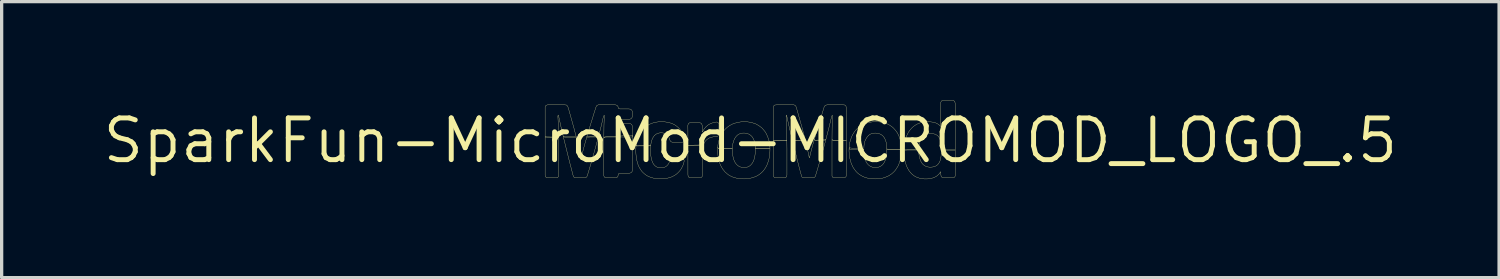
<source format=kicad_pcb>
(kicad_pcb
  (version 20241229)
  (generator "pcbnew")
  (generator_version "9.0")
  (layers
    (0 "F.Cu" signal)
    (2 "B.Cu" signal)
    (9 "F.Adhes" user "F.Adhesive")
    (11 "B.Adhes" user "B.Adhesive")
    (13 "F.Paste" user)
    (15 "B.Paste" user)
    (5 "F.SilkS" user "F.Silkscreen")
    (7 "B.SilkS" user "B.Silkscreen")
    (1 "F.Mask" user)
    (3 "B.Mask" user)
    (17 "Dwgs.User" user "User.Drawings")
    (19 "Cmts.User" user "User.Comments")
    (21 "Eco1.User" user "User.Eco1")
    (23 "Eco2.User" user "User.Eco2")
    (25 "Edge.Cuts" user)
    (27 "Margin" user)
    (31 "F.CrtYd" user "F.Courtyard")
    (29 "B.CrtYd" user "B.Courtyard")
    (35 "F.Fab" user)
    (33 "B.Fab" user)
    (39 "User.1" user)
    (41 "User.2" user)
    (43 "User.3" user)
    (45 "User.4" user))
  (footprint "SparkFun-MicroMod-MICROMOD_LOGO_.5"
    (layer "F.Cu")
    (at 19.783 1.228)
    (property "Reference" "SparkFun-MicroMod-MICROMOD_LOGO_.5" (at 0 0 0) (layer "F.SilkS") (effects (font (size 1.27 1.27) (thickness 0.15))))
    (attr exclude_from_pos_files exclude_from_bom)
    (fp_poly (pts (xy 2.918 -0.013) (xy 2.499 -0.013) (xy 2.484 -0.025) (xy 2.484 1.026) (xy 2.484 1.079) (xy 2.512 1.123) (xy 2.563 1.135) (xy 2.827 1.135) (xy 2.878 1.128) (xy 2.913 1.092) (xy 2.921 1.039) (xy 2.918 -0.013)) (stroke (width 0.008) (type solid)) (fill no) (layer "F.SilkS"))
    (fp_poly (pts (xy -6.246 -0.109) (xy -6.246 1.046) (xy -6.238 1.097) (xy -6.2 1.13) (xy -6.147 1.135) (xy -5.939 1.135) (xy -5.885 1.133) (xy -5.842 1.102) (xy -5.829 1.054) (xy -5.832 0.213) (xy -5.834 -0.102) (xy -5.88 -0.109) (xy -6.246 -0.109)) (stroke (width 0.008) (type solid)) (fill no) (layer "F.SilkS"))
    (fp_poly (pts (xy 1.11 -0.013) (xy 0.739 -0.013) (xy 0.696 -0.003) (xy 0.696 1.052) (xy 0.709 1.102) (xy 0.752 1.133) (xy 0.803 1.135) (xy 1.016 1.135) (xy 1.067 1.13) (xy 1.105 1.095) (xy 1.113 1.044) (xy 1.113 0.249) (xy 1.11 -0.013)) (stroke (width 0.008) (type solid)) (fill no) (layer "F.SilkS"))
    (fp_poly (pts (xy -1.433 0.132) (xy -1.852 0.14) (xy -1.9 0.145) (xy -1.9 1.039) (xy -1.892 1.092) (xy -1.857 1.128) (xy -1.806 1.135) (xy -1.544 1.135) (xy -1.494 1.125) (xy -1.46 1.085) (xy -1.458 1.031) (xy -1.458 0.348) (xy -1.455 0.295) (xy -1.45 0.244) (xy -1.443 0.191) (xy -1.433 0.132)) (stroke (width 0.008) (type solid)) (fill no) (layer "F.SilkS"))
    (fp_poly (pts (xy -3.589 -0.163) (xy -4.432 -0.109) (xy -4.458 -0.084) (xy -4.46 0.231) (xy -4.46 1.024) (xy -4.46 1.074) (xy -4.432 1.12) (xy -4.384 1.135) (xy -4.12 1.135) (xy -4.069 1.13) (xy -4.031 1.092) (xy -4.023 1.041) (xy -4 0.998) (xy -3.947 0.993) (xy -3.683 0.993) (xy -3.632 0.98) (xy -3.599 0.942) (xy -3.589 0.892) (xy -3.589 -0.163)) (stroke (width 0.008) (type solid)) (fill no) (layer "F.SilkS"))
    (fp_poly (pts (xy 1.278 -0.013) (xy 1.648 -0.013) (xy 1.676 0.01) (xy 1.57 -0.404) (xy 1.483 -0.711) (xy 1.397 -1.016) (xy 1.374 -1.064) (xy 1.328 -1.087) (xy 0.798 -1.087) (xy 0.744 -1.082) (xy 0.704 -1.049) (xy 0.696 -0.996) (xy 0.699 -0.005) (xy 0.719 -0.013) (xy 1.092 -0.013) (xy 1.11 -0.01) (xy 1.1 -0.47) (xy 1.087 -0.737) (xy 1.092 -0.78) (xy 1.11 -0.737) (xy 1.179 -0.424) (xy 1.278 -0.013)) (stroke (width 0.008) (type solid)) (fill no) (layer "F.SilkS"))
    (fp_poly (pts (xy 2.814 -1.087) (xy 2.337 -1.087) (xy 2.286 -1.077) (xy 2.25 -1.039) (xy 2.078 -0.48) (xy 1.941 -0.02) (xy 1.981 -0.013) (xy 2.248 -0.013) (xy 2.294 -0.02) (xy 2.388 -0.381) (xy 2.438 -0.587) (xy 2.474 -0.744) (xy 2.497 -0.77) (xy 2.487 -0.396) (xy 2.484 -0.025) (xy 2.525 -0.013) (xy 2.896 -0.013) (xy 2.921 -0.01) (xy 2.918 -1.001) (xy 2.908 -1.052) (xy 2.868 -1.085) (xy 2.814 -1.087)) (stroke (width 0.008) (type solid)) (fill no) (layer "F.SilkS"))
    (fp_poly (pts (xy -6.175 -1.087) (xy -6.223 -1.069) (xy -6.246 -1.021) (xy -6.246 -0.112) (xy -6.21 -0.109) (xy -5.834 -0.099) (xy -5.837 -0.155) (xy -5.839 -0.262) (xy -5.847 -0.526) (xy -5.857 -0.737) (xy -5.85 -0.78) (xy -5.832 -0.737) (xy -5.776 -0.478) (xy -5.692 -0.119) (xy -5.646 -0.109) (xy -5.329 -0.109) (xy -5.298 -0.107) (xy -5.37 -0.386) (xy -5.441 -0.64) (xy -5.512 -0.894) (xy -5.558 -1.046) (xy -5.596 -1.082) (xy -5.646 -1.087) (xy -6.175 -1.087)) (stroke (width 0.008) (type solid)) (fill no) (layer "F.SilkS"))
    (fp_poly (pts (xy 2.296 -0.025) (xy 1.976 -0.013) (xy 1.943 -0.025) (xy 1.892 0.152) (xy 1.852 0.305) (xy 1.826 0.406) (xy 1.803 0.511) (xy 1.793 0.526) (xy 1.75 0.32) (xy 1.676 0.013) (xy 1.643 -0.013) (xy 1.328 -0.013) (xy 1.28 -0.01) (xy 1.405 0.5) (xy 1.496 0.856) (xy 1.552 1.062) (xy 1.57 1.11) (xy 1.615 1.135) (xy 1.88 1.135) (xy 1.93 1.133) (xy 1.971 1.1) (xy 1.989 1.049) (xy 2.019 0.95) (xy 2.123 0.594) (xy 2.225 0.239) (xy 2.296 -0.025)) (stroke (width 0.008) (type solid)) (fill no) (layer "F.SilkS"))
    (fp_poly (pts (xy -5.298 -0.109) (xy -5.669 -0.109) (xy -5.692 -0.117) (xy -5.606 0.229) (xy -5.504 0.64) (xy -5.397 1.052) (xy -5.38 1.102) (xy -5.339 1.133) (xy -5.286 1.135) (xy -5.022 1.133) (xy -4.978 1.105) (xy -4.958 1.057) (xy -4.851 0.701) (xy -4.75 0.343) (xy -4.638 -0.064) (xy -4.62 -0.127) (xy -4.948 -0.109) (xy -4.976 -0.112) (xy -5.027 0.066) (xy -5.083 0.269) (xy -5.121 0.424) (xy -5.144 0.528) (xy -5.154 0.508) (xy -5.177 0.404) (xy -5.222 0.198) (xy -5.286 -0.058) (xy -5.298 -0.109)) (stroke (width 0.008) (type solid)) (fill no) (layer "F.SilkS"))
    (fp_poly (pts (xy -1.026 -0.566) (xy -1.079 -0.559) (xy -1.13 -0.546) (xy -1.181 -0.528) (xy -1.229 -0.508) (xy -1.275 -0.483) (xy -1.316 -0.45) (xy -1.356 -0.414) (xy -1.389 -0.376) (xy -1.42 -0.333) (xy -1.448 -0.284) (xy -1.463 -0.259) (xy -1.466 -0.366) (xy -1.468 -0.472) (xy -1.488 -0.521) (xy -1.534 -0.544) (xy -1.798 -0.544) (xy -1.852 -0.541) (xy -1.892 -0.508) (xy -1.902 -0.457) (xy -1.9 -0.297) (xy -1.9 0.147) (xy -1.864 0.14) (xy -1.44 0.14) (xy -1.417 0.099) (xy -1.394 0.051) (xy -1.364 0.008) (xy -1.328 -0.028) (xy -1.285 -0.058) (xy -1.24 -0.084) (xy -1.189 -0.099) (xy -1.138 -0.112) (xy -1.085 -0.119) (xy -1.031 -0.122) (xy -0.983 -0.14) (xy -0.958 -0.183) (xy -0.955 -0.5) (xy -0.978 -0.546) (xy -1.026 -0.566)) (stroke (width 0.008) (type solid)) (fill no) (layer "F.SilkS"))
    (fp_poly (pts (xy -4.978 -0.109) (xy -4.661 -0.109) (xy -4.62 -0.127) (xy -4.529 -0.483) (xy -4.47 -0.739) (xy -4.445 -0.772) (xy -4.455 -0.455) (xy -4.458 -0.081) (xy -4.437 -0.109) (xy -3.594 -0.109) (xy -3.589 -0.157) (xy -3.589 -0.422) (xy -3.602 -0.472) (xy -3.637 -0.508) (xy -3.688 -0.521) (xy -3.952 -0.521) (xy -4.003 -0.526) (xy -4.026 -0.572) (xy -4.021 -0.622) (xy -3.978 -0.648) (xy -3.716 -0.648) (xy -3.663 -0.65) (xy -3.617 -0.676) (xy -3.592 -0.721) (xy -3.589 -0.775) (xy -3.589 -0.879) (xy -3.609 -0.927) (xy -3.653 -0.958) (xy -3.703 -0.963) (xy -3.967 -0.963) (xy -4.016 -0.978) (xy -4.026 -1.029) (xy -4.054 -1.072) (xy -4.105 -1.087) (xy -4.63 -1.087) (xy -4.676 -1.064) (xy -4.699 -1.016) (xy -4.763 -0.815) (xy -4.887 -0.411) (xy -4.978 -0.109)) (stroke (width 0.008) (type solid)) (fill no) (layer "F.SilkS"))
    (fp_poly (pts (xy -2.703 -0.577) (xy -2.809 -0.569) (xy -2.863 -0.561) (xy -2.913 -0.551) (xy -2.967 -0.536) (xy -3.015 -0.518) (xy -3.063 -0.498) (xy -3.111 -0.472) (xy -3.157 -0.445) (xy -3.198 -0.411) (xy -3.239 -0.376) (xy -3.277 -0.34) (xy -3.31 -0.297) (xy -3.34 -0.254) (xy -3.368 -0.211) (xy -3.391 -0.163) (xy -3.414 -0.114) (xy -3.432 -0.064) (xy -3.447 -0.013) (xy -3.459 0.036) (xy -3.47 0.089) (xy -3.477 0.142) (xy -3.447 0.163) (xy -3.076 0.163) (xy -3.033 0.152) (xy -3.025 0.099) (xy -3.015 0.048) (xy -3.002 -0.003) (xy -2.985 -0.051) (xy -2.959 -0.099) (xy -2.929 -0.142) (xy -2.891 -0.18) (xy -2.847 -0.208) (xy -2.797 -0.226) (xy -2.746 -0.236) (xy -2.692 -0.236) (xy -2.639 -0.229) (xy -2.588 -0.213) (xy -2.545 -0.183) (xy -2.507 -0.145) (xy -2.479 -0.102) (xy -2.459 -0.051) (xy -2.443 0) (xy -2.413 0.038) (xy -2.362 0.051) (xy -2.098 0.051) (xy -2.045 0.043) (xy -2.009 0.003) (xy -2.009 -0.046) (xy -2.022 -0.099) (xy -2.037 -0.15) (xy -2.055 -0.198) (xy -2.08 -0.246) (xy -2.106 -0.292) (xy -2.136 -0.335) (xy -2.172 -0.376) (xy -2.21 -0.411) (xy -2.253 -0.445) (xy -2.296 -0.475) (xy -2.342 -0.5) (xy -2.39 -0.521) (xy -2.441 -0.538) (xy -2.492 -0.551) (xy -2.545 -0.561) (xy -2.598 -0.569) (xy -2.703 -0.577)) (stroke (width 0.008) (type solid)) (fill no) (layer "F.SilkS"))
    (fp_poly (pts (xy -3.033 0.152) (xy -3.457 0.163) (xy -3.477 0.142) (xy -3.487 0.3) (xy -3.482 0.404) (xy -3.472 0.511) (xy -3.465 0.561) (xy -3.439 0.665) (xy -3.424 0.716) (xy -3.404 0.765) (xy -3.383 0.813) (xy -3.355 0.859) (xy -3.327 0.902) (xy -3.294 0.945) (xy -3.256 0.983) (xy -3.218 1.016) (xy -3.175 1.049) (xy -3.129 1.077) (xy -3.081 1.1) (xy -3.033 1.118) (xy -2.982 1.133) (xy -2.931 1.146) (xy -2.878 1.153) (xy -2.824 1.161) (xy -2.72 1.163) (xy -2.667 1.163) (xy -2.614 1.158) (xy -2.563 1.151) (xy -2.51 1.14) (xy -2.459 1.128) (xy -2.408 1.11) (xy -2.36 1.087) (xy -2.314 1.064) (xy -2.268 1.034) (xy -2.228 1.003) (xy -2.189 0.965) (xy -2.154 0.927) (xy -2.121 0.884) (xy -2.093 0.841) (xy -2.07 0.792) (xy -2.047 0.744) (xy -2.029 0.693) (xy -2.017 0.643) (xy -2.017 0.592) (xy -2.055 0.556) (xy -2.106 0.549) (xy -2.37 0.549) (xy -2.421 0.561) (xy -2.449 0.605) (xy -2.466 0.655) (xy -2.489 0.704) (xy -2.52 0.747) (xy -2.558 0.782) (xy -2.603 0.808) (xy -2.654 0.823) (xy -2.708 0.831) (xy -2.758 0.828) (xy -2.812 0.818) (xy -2.86 0.798) (xy -2.903 0.765) (xy -2.939 0.726) (xy -2.967 0.681) (xy -2.987 0.632) (xy -3.005 0.584) (xy -3.018 0.531) (xy -3.025 0.48) (xy -3.033 0.427) (xy -3.035 0.373) (xy -3.038 0.269) (xy -3.038 0.216) (xy -3.033 0.152)) (stroke (width 0.008) (type solid)) (fill no) (layer "F.SilkS"))
    (fp_poly (pts (xy 5.862 -1.224) (xy 5.814 -1.204) (xy 5.791 -1.158) (xy 5.789 -0.47) (xy 5.786 -0.427) (xy 5.756 -0.467) (xy 5.712 -0.5) (xy 5.667 -0.526) (xy 5.618 -0.546) (xy 5.568 -0.559) (xy 5.514 -0.566) (xy 5.461 -0.572) (xy 5.41 -0.574) (xy 5.304 -0.569) (xy 5.25 -0.561) (xy 5.199 -0.549) (xy 5.149 -0.533) (xy 5.1 -0.513) (xy 5.052 -0.49) (xy 5.009 -0.462) (xy 4.966 -0.432) (xy 4.925 -0.396) (xy 4.889 -0.358) (xy 4.856 -0.318) (xy 4.823 -0.274) (xy 4.798 -0.229) (xy 4.773 -0.18) (xy 4.75 -0.135) (xy 4.717 -0.033) (xy 4.704 0.015) (xy 4.691 0.066) (xy 4.684 0.119) (xy 4.679 0.173) (xy 4.674 0.224) (xy 4.671 0.277) (xy 4.717 0.287) (xy 5.085 0.287) (xy 5.123 0.269) (xy 5.123 0.216) (xy 5.128 0.165) (xy 5.136 0.112) (xy 5.149 0.061) (xy 5.164 0.01) (xy 5.187 -0.036) (xy 5.215 -0.081) (xy 5.248 -0.122) (xy 5.288 -0.157) (xy 5.331 -0.183) (xy 5.382 -0.201) (xy 5.433 -0.211) (xy 5.486 -0.216) (xy 5.54 -0.211) (xy 5.591 -0.203) (xy 5.641 -0.185) (xy 5.687 -0.16) (xy 5.725 -0.122) (xy 5.753 -0.079) (xy 5.773 -0.028) (xy 5.789 0.02) (xy 5.796 0.071) (xy 5.804 0.124) (xy 5.806 0.178) (xy 5.809 0.282) (xy 5.86 0.287) (xy 6.231 0.287) (xy 6.231 0.234) (xy 6.231 -1.138) (xy 6.22 -1.189) (xy 6.18 -1.222) (xy 6.126 -1.224) (xy 5.862 -1.224)) (stroke (width 0.008) (type solid)) (fill no) (layer "F.SilkS"))
    (fp_poly (pts (xy -0.183 -0.577) (xy -0.287 -0.569) (xy -0.34 -0.561) (xy -0.391 -0.554) (xy -0.442 -0.538) (xy -0.493 -0.523) (xy -0.541 -0.505) (xy -0.589 -0.48) (xy -0.635 -0.455) (xy -0.678 -0.424) (xy -0.719 -0.391) (xy -0.757 -0.356) (xy -0.792 -0.318) (xy -0.826 -0.277) (xy -0.856 -0.234) (xy -0.881 -0.188) (xy -0.907 -0.14) (xy -0.927 -0.091) (xy -0.945 -0.043) (xy -0.973 0.056) (xy -0.983 0.107) (xy -0.993 0.213) (xy -0.973 0.241) (xy -0.551 0.241) (xy -0.538 0.14) (xy -0.531 0.089) (xy -0.518 0.038) (xy -0.5 -0.01) (xy -0.48 -0.058) (xy -0.452 -0.102) (xy -0.419 -0.142) (xy -0.378 -0.178) (xy -0.333 -0.203) (xy -0.282 -0.221) (xy -0.231 -0.229) (xy -0.178 -0.229) (xy -0.127 -0.224) (xy -0.074 -0.208) (xy -0.028 -0.188) (xy 0.013 -0.157) (xy 0.051 -0.119) (xy 0.079 -0.076) (xy 0.104 -0.028) (xy 0.119 0.018) (xy 0.132 0.069) (xy 0.142 0.122) (xy 0.147 0.173) (xy 0.15 0.226) (xy 0.188 0.241) (xy 0.556 0.241) (xy 0.597 0.231) (xy 0.594 0.178) (xy 0.587 0.124) (xy 0.572 0.02) (xy 0.556 -0.028) (xy 0.541 -0.076) (xy 0.523 -0.127) (xy 0.5 -0.175) (xy 0.478 -0.221) (xy 0.45 -0.267) (xy 0.419 -0.307) (xy 0.384 -0.348) (xy 0.348 -0.386) (xy 0.307 -0.419) (xy 0.264 -0.45) (xy 0.218 -0.478) (xy 0.173 -0.503) (xy 0.124 -0.521) (xy 0.074 -0.538) (xy 0.023 -0.551) (xy -0.025 -0.561) (xy -0.079 -0.569) (xy -0.183 -0.577)) (stroke (width 0.008) (type solid)) (fill no) (layer "F.SilkS"))
    (fp_poly (pts (xy 0.597 0.241) (xy 0.173 0.241) (xy 0.15 0.224) (xy 0.147 0.381) (xy 0.142 0.434) (xy 0.135 0.485) (xy 0.122 0.538) (xy 0.107 0.589) (xy 0.086 0.638) (xy 0.061 0.683) (xy 0.028 0.726) (xy -0.008 0.762) (xy -0.053 0.79) (xy -0.102 0.81) (xy -0.155 0.818) (xy -0.208 0.82) (xy -0.259 0.815) (xy -0.31 0.8) (xy -0.358 0.777) (xy -0.401 0.744) (xy -0.437 0.706) (xy -0.467 0.663) (xy -0.49 0.615) (xy -0.511 0.566) (xy -0.523 0.516) (xy -0.533 0.462) (xy -0.541 0.409) (xy -0.546 0.356) (xy -0.551 0.239) (xy -0.592 0.241) (xy -0.963 0.241) (xy -0.996 0.213) (xy -0.993 0.371) (xy -0.983 0.475) (xy -0.975 0.528) (xy -0.95 0.63) (xy -0.935 0.681) (xy -0.914 0.732) (xy -0.892 0.78) (xy -0.866 0.826) (xy -0.838 0.871) (xy -0.805 0.912) (xy -0.772 0.953) (xy -0.732 0.988) (xy -0.691 1.024) (xy -0.648 1.054) (xy -0.602 1.079) (xy -0.554 1.102) (xy -0.505 1.12) (xy -0.401 1.148) (xy -0.297 1.163) (xy -0.191 1.166) (xy -0.084 1.158) (xy -0.033 1.153) (xy 0.018 1.14) (xy 0.069 1.128) (xy 0.119 1.11) (xy 0.168 1.09) (xy 0.216 1.067) (xy 0.259 1.039) (xy 0.302 1.008) (xy 0.343 0.973) (xy 0.381 0.935) (xy 0.414 0.894) (xy 0.445 0.851) (xy 0.472 0.805) (xy 0.498 0.759) (xy 0.518 0.711) (xy 0.554 0.61) (xy 0.566 0.559) (xy 0.584 0.455) (xy 0.594 0.348) (xy 0.597 0.241)) (stroke (width 0.008) (type solid)) (fill no) (layer "F.SilkS"))
    (fp_poly (pts (xy 6.231 0.287) (xy 5.86 0.287) (xy 5.812 0.29) (xy 5.809 0.396) (xy 5.804 0.45) (xy 5.799 0.5) (xy 5.789 0.554) (xy 5.776 0.605) (xy 5.756 0.653) (xy 5.728 0.699) (xy 5.692 0.739) (xy 5.649 0.77) (xy 5.601 0.79) (xy 5.55 0.803) (xy 5.497 0.808) (xy 5.446 0.808) (xy 5.392 0.8) (xy 5.342 0.785) (xy 5.296 0.759) (xy 5.255 0.726) (xy 5.22 0.686) (xy 5.192 0.64) (xy 5.171 0.592) (xy 5.154 0.541) (xy 5.141 0.49) (xy 5.133 0.439) (xy 5.126 0.386) (xy 5.123 0.333) (xy 5.123 0.267) (xy 4.691 0.287) (xy 4.671 0.279) (xy 4.674 0.371) (xy 4.681 0.478) (xy 4.696 0.582) (xy 4.709 0.635) (xy 4.722 0.686) (xy 4.74 0.737) (xy 4.757 0.785) (xy 4.78 0.833) (xy 4.806 0.879) (xy 4.834 0.925) (xy 4.867 0.965) (xy 4.902 1.006) (xy 4.943 1.041) (xy 4.983 1.072) (xy 5.029 1.1) (xy 5.077 1.12) (xy 5.128 1.138) (xy 5.179 1.153) (xy 5.232 1.161) (xy 5.286 1.166) (xy 5.337 1.166) (xy 5.39 1.166) (xy 5.443 1.161) (xy 5.497 1.151) (xy 5.547 1.138) (xy 5.596 1.12) (xy 5.644 1.097) (xy 5.687 1.067) (xy 5.725 1.031) (xy 5.761 0.991) (xy 5.789 0.945) (xy 5.794 0.98) (xy 5.796 1.031) (xy 5.804 1.085) (xy 5.837 1.125) (xy 5.888 1.135) (xy 6.152 1.135) (xy 6.203 1.123) (xy 6.233 1.082) (xy 6.233 1.029) (xy 6.231 0.711) (xy 6.231 0.287)) (stroke (width 0.008) (type solid)) (fill no) (layer "F.SilkS"))
    (fp_poly (pts (xy 4.597 0.262) (xy 4.176 0.262) (xy 4.153 0.254) (xy 4.148 0.396) (xy 4.14 0.45) (xy 4.133 0.5) (xy 4.12 0.554) (xy 4.102 0.602) (xy 4.082 0.65) (xy 4.054 0.696) (xy 4.021 0.737) (xy 3.98 0.77) (xy 3.934 0.795) (xy 3.884 0.813) (xy 3.83 0.82) (xy 3.78 0.82) (xy 3.726 0.813) (xy 3.675 0.795) (xy 3.63 0.77) (xy 3.589 0.737) (xy 3.553 0.696) (xy 3.526 0.653) (xy 3.503 0.605) (xy 3.485 0.554) (xy 3.472 0.503) (xy 3.462 0.452) (xy 3.457 0.399) (xy 3.452 0.295) (xy 3.429 0.262) (xy 3.005 0.221) (xy 3.002 0.31) (xy 3.005 0.363) (xy 3.015 0.467) (xy 3.023 0.521) (xy 3.035 0.572) (xy 3.048 0.622) (xy 3.063 0.673) (xy 3.081 0.721) (xy 3.104 0.77) (xy 3.127 0.818) (xy 3.157 0.861) (xy 3.188 0.904) (xy 3.221 0.945) (xy 3.259 0.983) (xy 3.299 1.016) (xy 3.343 1.046) (xy 3.388 1.074) (xy 3.434 1.097) (xy 3.485 1.118) (xy 3.533 1.133) (xy 3.586 1.146) (xy 3.691 1.161) (xy 3.795 1.166) (xy 3.901 1.161) (xy 4.006 1.146) (xy 4.056 1.133) (xy 4.107 1.115) (xy 4.155 1.097) (xy 4.204 1.074) (xy 4.249 1.046) (xy 4.293 1.016) (xy 4.333 0.983) (xy 4.371 0.947) (xy 4.407 0.907) (xy 4.437 0.864) (xy 4.465 0.82) (xy 4.493 0.775) (xy 4.514 0.726) (xy 4.534 0.676) (xy 4.549 0.627) (xy 4.575 0.523) (xy 4.585 0.472) (xy 4.595 0.366) (xy 4.597 0.262)) (stroke (width 0.008) (type solid)) (fill no) (layer "F.SilkS"))
    (fp_poly (pts (xy 3.815 -0.577) (xy 3.711 -0.569) (xy 3.658 -0.561) (xy 3.607 -0.554) (xy 3.553 -0.538) (xy 3.505 -0.523) (xy 3.454 -0.503) (xy 3.409 -0.48) (xy 3.363 -0.455) (xy 3.317 -0.424) (xy 3.277 -0.389) (xy 3.239 -0.353) (xy 3.203 -0.315) (xy 3.17 -0.272) (xy 3.142 -0.229) (xy 3.114 -0.183) (xy 3.091 -0.137) (xy 3.071 -0.086) (xy 3.053 -0.038) (xy 3.038 0.01) (xy 3.025 0.061) (xy 3.015 0.114) (xy 3.005 0.218) (xy 3.015 0.262) (xy 3.437 0.262) (xy 3.452 0.3) (xy 3.457 0.168) (xy 3.462 0.117) (xy 3.472 0.064) (xy 3.487 0.013) (xy 3.508 -0.033) (xy 3.533 -0.079) (xy 3.564 -0.122) (xy 3.599 -0.16) (xy 3.642 -0.191) (xy 3.691 -0.213) (xy 3.744 -0.224) (xy 3.795 -0.229) (xy 3.848 -0.226) (xy 3.899 -0.216) (xy 3.95 -0.198) (xy 3.995 -0.173) (xy 4.036 -0.137) (xy 4.069 -0.097) (xy 4.094 -0.051) (xy 4.115 -0.003) (xy 4.13 0.046) (xy 4.14 0.099) (xy 4.148 0.15) (xy 4.15 0.203) (xy 4.153 0.257) (xy 4.201 0.262) (xy 4.572 0.262) (xy 4.597 0.262) (xy 4.595 0.183) (xy 4.59 0.13) (xy 4.575 0.025) (xy 4.544 -0.074) (xy 4.526 -0.122) (xy 4.506 -0.17) (xy 4.481 -0.218) (xy 4.453 -0.264) (xy 4.422 -0.305) (xy 4.387 -0.345) (xy 4.351 -0.384) (xy 4.31 -0.419) (xy 4.267 -0.45) (xy 4.224 -0.478) (xy 4.176 -0.503) (xy 4.128 -0.521) (xy 4.077 -0.538) (xy 4.026 -0.551) (xy 3.973 -0.561) (xy 3.922 -0.569) (xy 3.815 -0.577)) (stroke (width 0.008) (type solid)) (fill no) (layer "F.SilkS")))
  (gr_rect
    (start -3 -3)
    (end 42.566 5.398)
    (stroke (width 0.1) (type default))
    (fill no)
    (layer "Edge.Cuts")))
</source>
